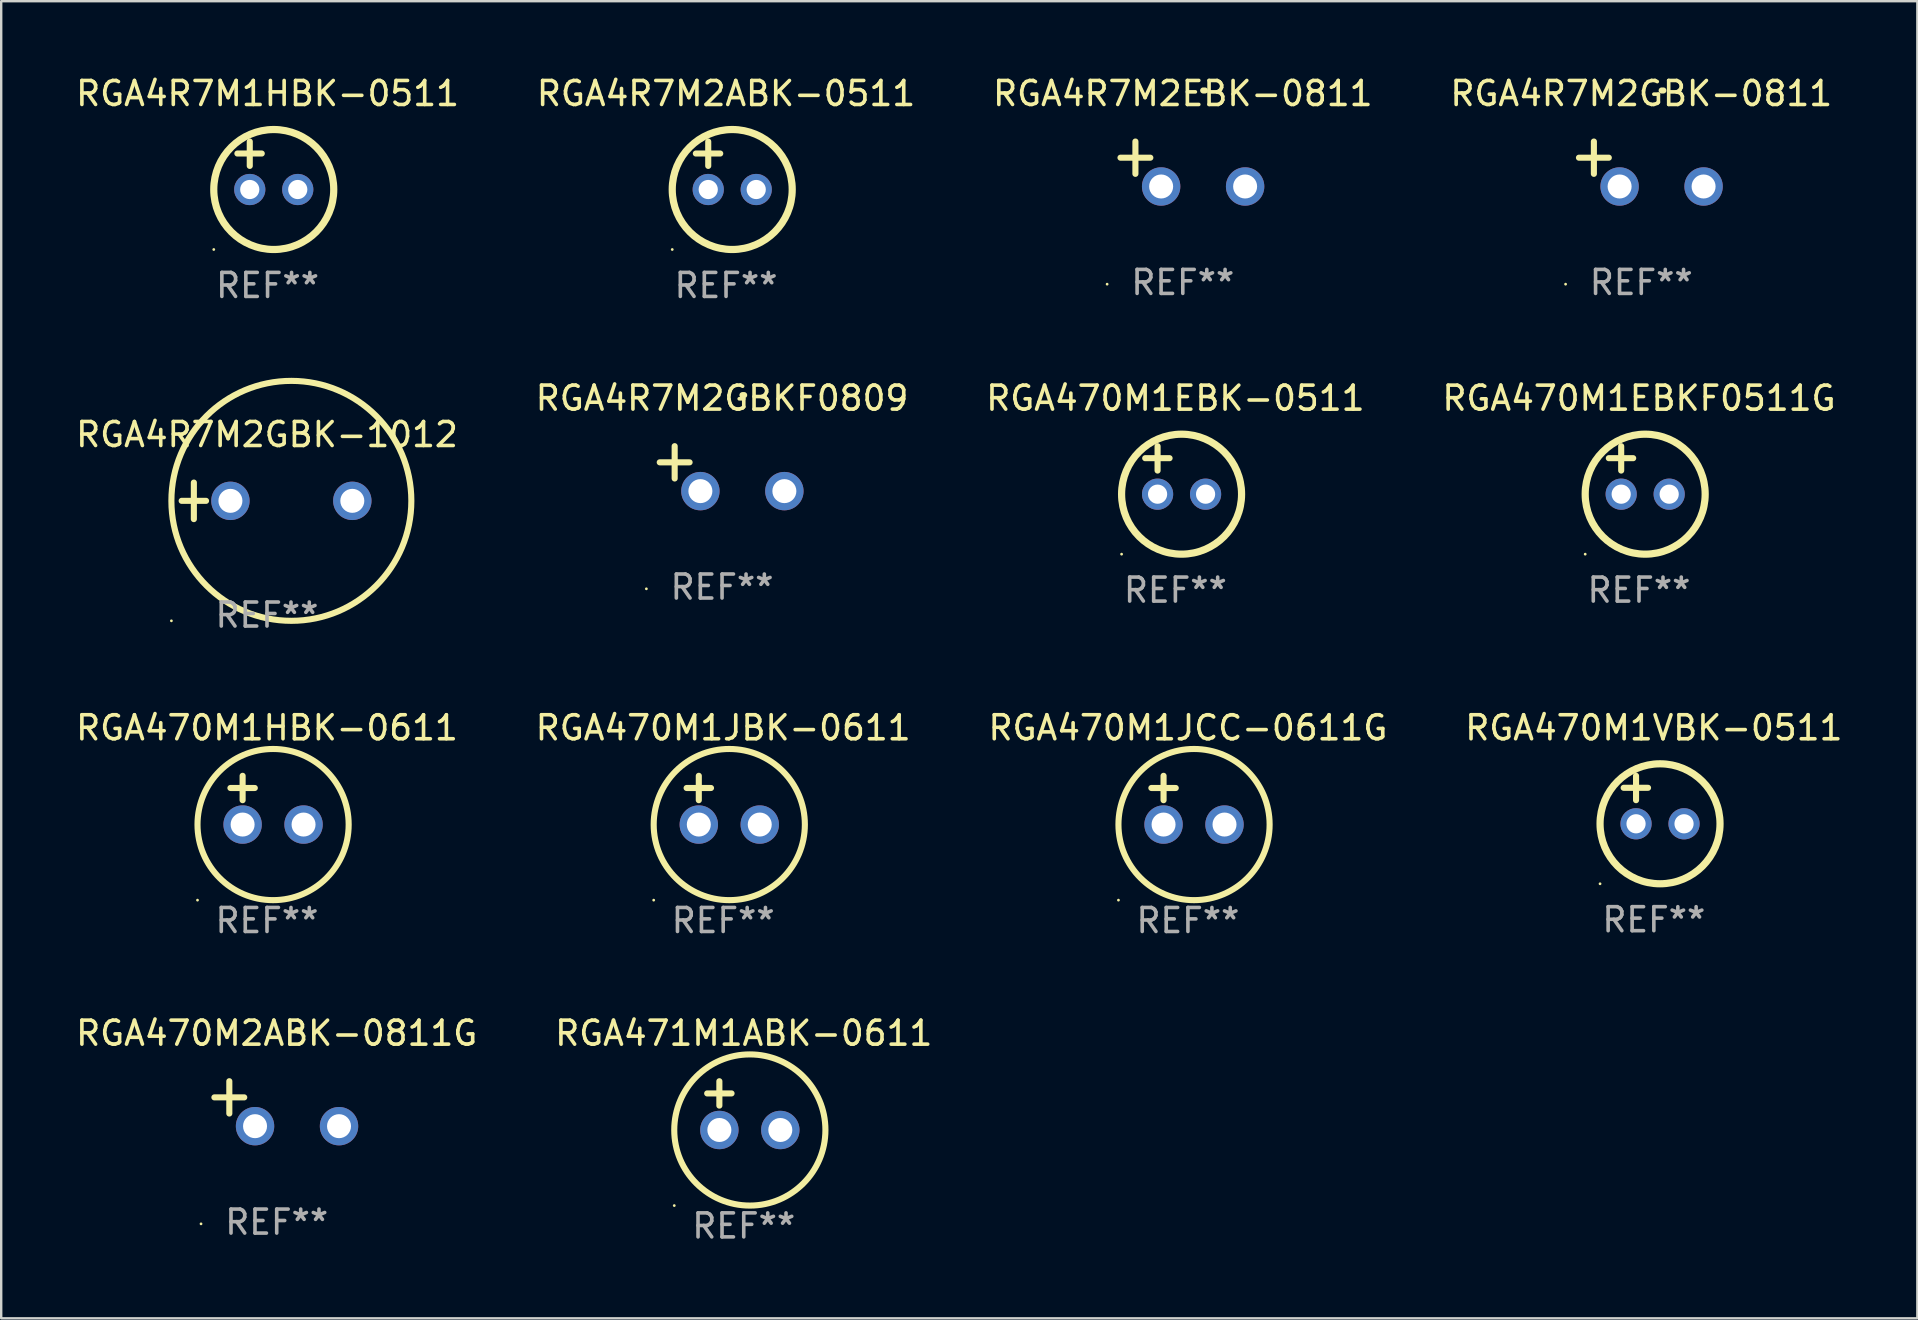
<source format=kicad_pcb>
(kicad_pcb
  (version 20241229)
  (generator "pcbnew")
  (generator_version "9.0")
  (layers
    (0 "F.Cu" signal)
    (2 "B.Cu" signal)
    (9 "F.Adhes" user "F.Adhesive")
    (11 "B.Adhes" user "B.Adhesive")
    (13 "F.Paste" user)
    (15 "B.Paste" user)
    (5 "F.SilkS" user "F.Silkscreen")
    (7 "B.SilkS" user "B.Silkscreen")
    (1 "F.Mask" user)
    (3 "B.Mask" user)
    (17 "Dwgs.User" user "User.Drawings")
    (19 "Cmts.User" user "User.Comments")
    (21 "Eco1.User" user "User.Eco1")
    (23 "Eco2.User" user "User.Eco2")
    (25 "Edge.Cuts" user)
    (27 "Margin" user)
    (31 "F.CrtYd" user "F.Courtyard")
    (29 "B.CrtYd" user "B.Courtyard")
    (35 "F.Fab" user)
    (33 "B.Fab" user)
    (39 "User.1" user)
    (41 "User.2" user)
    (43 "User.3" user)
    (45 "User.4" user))
  (footprint "RGA471M1ABK-0611"
    (layer "F.Cu")
    (at 27.946 43.027)
    (property "Reference" "RGA471M1ABK-0611" (at 0 -3.016 0) (layer "F.SilkS") (effects (font (size 1 1) (thickness 0.15))))
    (attr through_hole)
    (fp_line (start -1.524 -0.508) (end -0.508 -0.508) (stroke (width 0.254) (type solid)) (layer "F.SilkS"))
    (fp_line (start -1.016 -1.016) (end -1.016 0) (stroke (width 0.254) (type solid)) (layer "F.SilkS"))
    (fp_circle (center -2.896 4.166) (end -2.866 4.166) (stroke (width 0.06) (type solid)) (fill no) (layer "F.SilkS"))
    (fp_circle (center 0.254 1.016) (end 3.404 1.016) (stroke (width 0.254) (type solid)) (fill no) (layer "F.SilkS"))
    (fp_text user "REF**" (at 0 5.016 0) (layer "F.Fab") (effects (font (size 1 1) (thickness 0.15))))
    (pad "1" thru_hole circle (at -1.016 1.016) (size 1.6 1.6) (drill 1) (layers "*.Cu" "*.Mask"))
    (pad "2" thru_hole circle (at 1.524 1.016) (size 1.6 1.6) (drill 1) (layers "*.Cu" "*.Mask")))
  (footprint "RGA470M1VBK-0511"
    (layer "F.Cu")
    (at 65.875 30.282)
    (property "Reference" "RGA470M1VBK-0511" (at 0 -3 0) (layer "F.SilkS") (effects (font (size 1 1) (thickness 0.15))))
    (attr through_hole)
    (fp_line (start -1.258 -0.5) (end -0.242 -0.5) (stroke (width 0.254) (type solid)) (layer "F.SilkS"))
    (fp_line (start -0.742 -1) (end -0.742 0.016) (stroke (width 0.254) (type solid)) (layer "F.SilkS"))
    (fp_circle (center -2.242 3.5) (end -2.212 3.5) (stroke (width 0.06) (type solid)) (fill no) (layer "F.SilkS"))
    (fp_circle (center 0.258 1) (end 2.758 1) (stroke (width 0.3) (type solid)) (fill no) (layer "F.SilkS"))
    (fp_text user "REF**" (at 0 5 0) (layer "F.Fab") (effects (font (size 1 1) (thickness 0.15))))
    (pad "1" thru_hole circle (at -0.742 1) (size 1.3 1.3) (drill 0.8) (layers "*.Cu" "*.Mask"))
    (pad "2" thru_hole circle (at 1.258 1) (size 1.3 1.3) (drill 0.8) (layers "*.Cu" "*.Mask")))
  (footprint "RGA470M2ABK-0811G"
    (layer "F.Cu")
    (at 8.482 42.947)
    (property "Reference" "RGA470M2ABK-0811G" (at 0 -2.937 0) (layer "F.SilkS") (effects (font (size 1 1) (thickness 0.15))))
    (attr through_hole)
    (fp_line (start -1.975 0.41) (end -1.975 -0.937) (stroke (width 0.254) (type solid)) (layer "F.SilkS"))
    (fp_line (start -1.353 -0.263) (end -2.597 -0.263) (stroke (width 0.254) (type solid)) (layer "F.SilkS"))
    (fp_arc (start 0.849809 -3.063957) (mid 0.885369 -3.064114) (end 0.920929 -3.063957) (stroke (width 0.254001) (type solid)) (layer "F.SilkS"))
    (fp_circle (center -3.154 5.008) (end -3.124 5.008) (stroke (width 0.06) (type solid)) (fill no) (layer "F.SilkS"))
    (fp_text user "REF**" (at 0 4.937 0) (layer "F.Fab") (effects (font (size 1 1) (thickness 0.15))))
    (pad "1" thru_hole circle (at -0.903 0.937) (size 1.6 1.6) (drill 1) (layers "*.Cu" "*.Mask"))
    (pad "2" thru_hole circle (at 2.597 0.937) (size 1.6 1.6) (drill 1) (layers "*.Cu" "*.Mask")))
  (footprint "RGA4R7M2ABK-0511"
    (layer "F.Cu")
    (at 27.208 3.848)
    (property "Reference" "RGA4R7M2ABK-0511" (at 0 -3 0) (layer "F.SilkS") (effects (font (size 1 1) (thickness 0.15))))
    (attr through_hole)
    (fp_line (start -1.258 -0.5) (end -0.242 -0.5) (stroke (width 0.254) (type solid)) (layer "F.SilkS"))
    (fp_line (start -0.742 -1) (end -0.742 0.016) (stroke (width 0.254) (type solid)) (layer "F.SilkS"))
    (fp_circle (center -2.242 3.5) (end -2.212 3.5) (stroke (width 0.06) (type solid)) (fill no) (layer "F.SilkS"))
    (fp_circle (center 0.258 1) (end 2.758 1) (stroke (width 0.3) (type solid)) (fill no) (layer "F.SilkS"))
    (fp_text user "REF**" (at 0 5 0) (layer "F.Fab") (effects (font (size 1 1) (thickness 0.15))))
    (pad "1" thru_hole circle (at -0.742 1) (size 1.3 1.3) (drill 0.8) (layers "*.Cu" "*.Mask"))
    (pad "2" thru_hole circle (at 1.258 1) (size 1.3 1.3) (drill 0.8) (layers "*.Cu" "*.Mask")))
  (footprint "RGA470M1HBK-0611"
    (layer "F.Cu")
    (at 8.077 30.298)
    (property "Reference" "RGA470M1HBK-0611" (at 0 -3.016 0) (layer "F.SilkS") (effects (font (size 1 1) (thickness 0.15))))
    (attr through_hole)
    (fp_line (start -1.524 -0.508) (end -0.508 -0.508) (stroke (width 0.254) (type solid)) (layer "F.SilkS"))
    (fp_line (start -1.016 -1.016) (end -1.016 0) (stroke (width 0.254) (type solid)) (layer "F.SilkS"))
    (fp_circle (center -2.896 4.166) (end -2.866 4.166) (stroke (width 0.06) (type solid)) (fill no) (layer "F.SilkS"))
    (fp_circle (center 0.254 1.016) (end 3.404 1.016) (stroke (width 0.254) (type solid)) (fill no) (layer "F.SilkS"))
    (fp_text user "REF**" (at 0 5.016 0) (layer "F.Fab") (effects (font (size 1 1) (thickness 0.15))))
    (pad "1" thru_hole circle (at -1.016 1.016) (size 1.6 1.6) (drill 1) (layers "*.Cu" "*.Mask"))
    (pad "2" thru_hole circle (at 1.524 1.016) (size 1.6 1.6) (drill 1) (layers "*.Cu" "*.Mask")))
  (footprint "RGA470M1EBKF0511G"
    (layer "F.Cu")
    (at 65.256 16.545)
    (property "Reference" "RGA470M1EBKF0511G" (at 0 -3 0) (layer "F.SilkS") (effects (font (size 1 1) (thickness 0.15))))
    (attr through_hole)
    (fp_line (start -1.258 -0.5) (end -0.242 -0.5) (stroke (width 0.254) (type solid)) (layer "F.SilkS"))
    (fp_line (start -0.742 -1) (end -0.742 0.016) (stroke (width 0.254) (type solid)) (layer "F.SilkS"))
    (fp_circle (center -2.242 3.5) (end -2.212 3.5) (stroke (width 0.06) (type solid)) (fill no) (layer "F.SilkS"))
    (fp_circle (center 0.258 1) (end 2.758 1) (stroke (width 0.3) (type solid)) (fill no) (layer "F.SilkS"))
    (fp_text user "REF**" (at 0 5 0) (layer "F.Fab") (effects (font (size 1 1) (thickness 0.15))))
    (pad "1" thru_hole circle (at -0.742 1) (size 1.3 1.3) (drill 0.8) (layers "*.Cu" "*.Mask"))
    (pad "2" thru_hole circle (at 1.258 1) (size 1.3 1.3) (drill 0.8) (layers "*.Cu" "*.Mask")))
  (footprint "RGA4R7M2GBKF0809"
    (layer "F.Cu")
    (at 27.042 16.481)
    (property "Reference" "RGA4R7M2GBKF0809" (at 0 -2.937 0) (layer "F.SilkS") (effects (font (size 1 1) (thickness 0.15))))
    (attr through_hole)
    (fp_line (start -1.975 0.41) (end -1.975 -0.937) (stroke (width 0.254) (type solid)) (layer "F.SilkS"))
    (fp_line (start -1.353 -0.263) (end -2.597 -0.263) (stroke (width 0.254) (type solid)) (layer "F.SilkS"))
    (fp_arc (start 0.849809 -3.063957) (mid 0.885369 -3.064114) (end 0.920929 -3.063957) (stroke (width 0.254001) (type solid)) (layer "F.SilkS"))
    (fp_circle (center -3.154 5.008) (end -3.124 5.008) (stroke (width 0.06) (type solid)) (fill no) (layer "F.SilkS"))
    (fp_text user "REF**" (at 0 4.937 0) (layer "F.Fab") (effects (font (size 1 1) (thickness 0.15))))
    (pad "1" thru_hole circle (at -0.903 0.937) (size 1.6 1.6) (drill 1) (layers "*.Cu" "*.Mask"))
    (pad "2" thru_hole circle (at 2.597 0.937) (size 1.6 1.6) (drill 1) (layers "*.Cu" "*.Mask")))
  (footprint "RGA470M1EBK-0511"
    (layer "F.Cu")
    (at 45.935 16.545)
    (property "Reference" "RGA470M1EBK-0511" (at 0 -3 0) (layer "F.SilkS") (effects (font (size 1 1) (thickness 0.15))))
    (attr through_hole)
    (fp_line (start -1.258 -0.5) (end -0.242 -0.5) (stroke (width 0.254) (type solid)) (layer "F.SilkS"))
    (fp_line (start -0.742 -1) (end -0.742 0.016) (stroke (width 0.254) (type solid)) (layer "F.SilkS"))
    (fp_circle (center -2.242 3.5) (end -2.212 3.5) (stroke (width 0.06) (type solid)) (fill no) (layer "F.SilkS"))
    (fp_circle (center 0.258 1) (end 2.758 1) (stroke (width 0.3) (type solid)) (fill no) (layer "F.SilkS"))
    (fp_text user "REF**" (at 0 5 0) (layer "F.Fab") (effects (font (size 1 1) (thickness 0.15))))
    (pad "1" thru_hole circle (at -0.742 1) (size 1.3 1.3) (drill 0.8) (layers "*.Cu" "*.Mask"))
    (pad "2" thru_hole circle (at 1.258 1) (size 1.3 1.3) (drill 0.8) (layers "*.Cu" "*.Mask")))
  (footprint "RGA4R7M2GBK-0811"
    (layer "F.Cu")
    (at 65.351 3.785)
    (property "Reference" "RGA4R7M2GBK-0811" (at 0 -2.937 0) (layer "F.SilkS") (effects (font (size 1 1) (thickness 0.15))))
    (attr through_hole)
    (fp_line (start -1.975 0.41) (end -1.975 -0.937) (stroke (width 0.254) (type solid)) (layer "F.SilkS"))
    (fp_line (start -1.353 -0.263) (end -2.597 -0.263) (stroke (width 0.254) (type solid)) (layer "F.SilkS"))
    (fp_arc (start 0.849809 -3.063957) (mid 0.885369 -3.064114) (end 0.920929 -3.063957) (stroke (width 0.254001) (type solid)) (layer "F.SilkS"))
    (fp_circle (center -3.154 5.008) (end -3.124 5.008) (stroke (width 0.06) (type solid)) (fill no) (layer "F.SilkS"))
    (fp_text user "REF**" (at 0 4.937 0) (layer "F.Fab") (effects (font (size 1 1) (thickness 0.15))))
    (pad "1" thru_hole circle (at -0.903 0.937) (size 1.6 1.6) (drill 1) (layers "*.Cu" "*.Mask"))
    (pad "2" thru_hole circle (at 2.597 0.937) (size 1.6 1.6) (drill 1) (layers "*.Cu" "*.Mask")))
  (footprint "RGA4R7M1HBK-0511"
    (layer "F.Cu")
    (at 8.101 3.848)
    (property "Reference" "RGA4R7M1HBK-0511" (at 0 -3 0) (layer "F.SilkS") (effects (font (size 1 1) (thickness 0.15))))
    (attr through_hole)
    (fp_line (start -1.258 -0.5) (end -0.242 -0.5) (stroke (width 0.254) (type solid)) (layer "F.SilkS"))
    (fp_line (start -0.742 -1) (end -0.742 0.016) (stroke (width 0.254) (type solid)) (layer "F.SilkS"))
    (fp_circle (center -2.242 3.5) (end -2.212 3.5) (stroke (width 0.06) (type solid)) (fill no) (layer "F.SilkS"))
    (fp_circle (center 0.258 1) (end 2.758 1) (stroke (width 0.3) (type solid)) (fill no) (layer "F.SilkS"))
    (fp_text user "REF**" (at 0 5 0) (layer "F.Fab") (effects (font (size 1 1) (thickness 0.15))))
    (pad "1" thru_hole circle (at -0.742 1) (size 1.3 1.3) (drill 0.8) (layers "*.Cu" "*.Mask"))
    (pad "2" thru_hole circle (at 1.258 1) (size 1.3 1.3) (drill 0.8) (layers "*.Cu" "*.Mask")))
  (footprint "RGA4R7M2GBK-1012"
    (layer "F.Cu")
    (at 8.077 17.823)
    (property "Reference" "RGA4R7M2GBK-1012" (at 0 -2.762 0) (layer "F.SilkS") (effects (font (size 1 1) (thickness 0.15))))
    (attr through_hole)
    (fp_line (start -3.556 0) (end -2.54 0) (stroke (width 0.254) (type solid)) (layer "F.SilkS"))
    (fp_line (start -3.048 -0.762) (end -3.048 0.762) (stroke (width 0.254) (type solid)) (layer "F.SilkS"))
    (fp_circle (center -3.984 5) (end -3.954 5) (stroke (width 0.06) (type solid)) (fill no) (layer "F.SilkS"))
    (fp_circle (center 1.016 0) (end 6.016 0) (stroke (width 0.254) (type solid)) (fill no) (layer "F.SilkS"))
    (fp_text user "REF**" (at 0 4.762 0) (layer "F.Fab") (effects (font (size 1 1) (thickness 0.15))))
    (pad "1" thru_hole circle (at -1.524 0) (size 1.6 1.6) (drill 1) (layers "*.Cu" "*.Mask"))
    (pad "2" thru_hole circle (at 3.556 0) (size 1.6 1.6) (drill 1) (layers "*.Cu" "*.Mask")))
  (footprint "RGA470M1JBK-0611"
    (layer "F.Cu")
    (at 27.089 30.298)
    (property "Reference" "RGA470M1JBK-0611" (at 0 -3.016 0) (layer "F.SilkS") (effects (font (size 1 1) (thickness 0.15))))
    (attr through_hole)
    (fp_line (start -1.524 -0.508) (end -0.508 -0.508) (stroke (width 0.254) (type solid)) (layer "F.SilkS"))
    (fp_line (start -1.016 -1.016) (end -1.016 0) (stroke (width 0.254) (type solid)) (layer "F.SilkS"))
    (fp_circle (center -2.896 4.166) (end -2.866 4.166) (stroke (width 0.06) (type solid)) (fill no) (layer "F.SilkS"))
    (fp_circle (center 0.254 1.016) (end 3.404 1.016) (stroke (width 0.254) (type solid)) (fill no) (layer "F.SilkS"))
    (fp_text user "REF**" (at 0 5.016 0) (layer "F.Fab") (effects (font (size 1 1) (thickness 0.15))))
    (pad "1" thru_hole circle (at -1.016 1.016) (size 1.6 1.6) (drill 1) (layers "*.Cu" "*.Mask"))
    (pad "2" thru_hole circle (at 1.524 1.016) (size 1.6 1.6) (drill 1) (layers "*.Cu" "*.Mask")))
  (footprint "RGA470M1JCC-0611G"
    (layer "F.Cu")
    (at 46.458 30.298)
    (property "Reference" "RGA470M1JCC-0611G" (at 0 -3.016 0) (layer "F.SilkS") (effects (font (size 1 1) (thickness 0.15))))
    (attr through_hole)
    (fp_line (start -1.524 -0.508) (end -0.508 -0.508) (stroke (width 0.254) (type solid)) (layer "F.SilkS"))
    (fp_line (start -1.016 -1.016) (end -1.016 0) (stroke (width 0.254) (type solid)) (layer "F.SilkS"))
    (fp_circle (center -2.896 4.166) (end -2.866 4.166) (stroke (width 0.06) (type solid)) (fill no) (layer "F.SilkS"))
    (fp_circle (center 0.254 1.016) (end 3.404 1.016) (stroke (width 0.254) (type solid)) (fill no) (layer "F.SilkS"))
    (fp_text user "REF**" (at 0 5.016 0) (layer "F.Fab") (effects (font (size 1 1) (thickness 0.15))))
    (pad "1" thru_hole circle (at -1.016 1.016) (size 1.6 1.6) (drill 1) (layers "*.Cu" "*.Mask"))
    (pad "2" thru_hole circle (at 1.524 1.016) (size 1.6 1.6) (drill 1) (layers "*.Cu" "*.Mask")))
  (footprint "RGA4R7M2EBK-0811"
    (layer "F.Cu")
    (at 46.244 3.785)
    (property "Reference" "RGA4R7M2EBK-0811" (at 0 -2.937 0) (layer "F.SilkS") (effects (font (size 1 1) (thickness 0.15))))
    (attr through_hole)
    (fp_line (start -1.975 0.41) (end -1.975 -0.937) (stroke (width 0.254) (type solid)) (layer "F.SilkS"))
    (fp_line (start -1.353 -0.263) (end -2.597 -0.263) (stroke (width 0.254) (type solid)) (layer "F.SilkS"))
    (fp_arc (start 0.849809 -3.063957) (mid 0.885369 -3.064114) (end 0.920929 -3.063957) (stroke (width 0.254001) (type solid)) (layer "F.SilkS"))
    (fp_circle (center -3.154 5.008) (end -3.124 5.008) (stroke (width 0.06) (type solid)) (fill no) (layer "F.SilkS"))
    (fp_text user "REF**" (at 0 4.937 0) (layer "F.Fab") (effects (font (size 1 1) (thickness 0.15))))
    (pad "1" thru_hole circle (at -0.903 0.937) (size 1.6 1.6) (drill 1) (layers "*.Cu" "*.Mask"))
    (pad "2" thru_hole circle (at 2.597 0.937) (size 1.6 1.6) (drill 1) (layers "*.Cu" "*.Mask")))
  (gr_rect
    (start -3 -3)
    (end 76.857 51.891)
    (stroke (width 0.1) (type default))
    (fill no)
    (layer "Edge.Cuts")))
</source>
